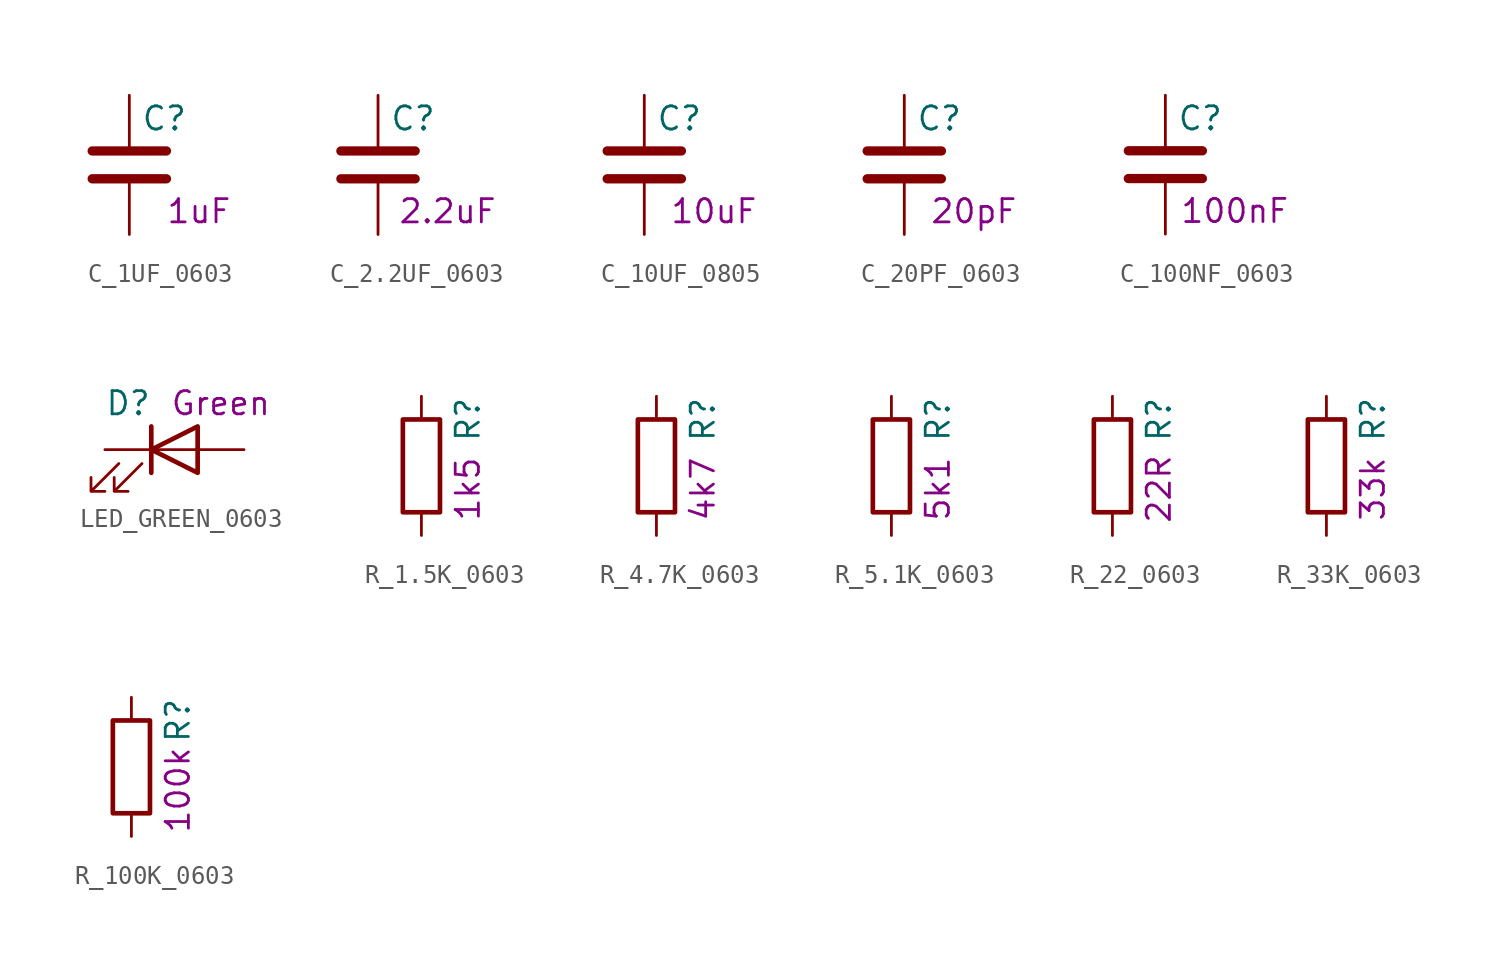
<source format=kicad_sym>
(kicad_symbol_lib
  (version 20241209)
  (generator "kicad_symbol_editor")
  (generator_version "9.0")
  (symbol "C_1UF_0603"
    (pin_numbers
      (hide yes))
    (pin_names
      (offset 0.254))
    (property "Reference" "C"
      (at 0.635 2.54 0)
      (effects (font (size 1.27 1.27)) (justify left)))
    (property "Display" "1uF"
      (at 3.81 -2.54 0)
      (effects (font (size 1.27 1.27))))
    (symbol "C_1UF_0603_0_1"
      (polyline (pts (xy -2.032 0.762) (xy 2.032 0.762)) (stroke (width 0.508) (type default)) (fill (type none)))
      (polyline (pts (xy -2.032 -0.762) (xy 2.032 -0.762)) (stroke (width 0.508) (type default)) (fill (type none))))
    (symbol "C_1UF_0603_1_1"
      (pin passive line (at 0 3.81 270) (length 2.794) (name "~" (effects (font (size 1.27 1.27)))) (number "1" (effects (font (size 1.27 1.27)))))
      (pin passive line (at 0 -3.81 90) (length 2.794) (name "~" (effects (font (size 1.27 1.27)))) (number "2" (effects (font (size 1.27 1.27)))))))
  (symbol "C_2.2UF_0603"
    (pin_numbers
      (hide yes))
    (pin_names
      (offset 0.254))
    (property "Reference" "C"
      (at 0.635 2.54 0)
      (effects (font (size 1.27 1.27)) (justify left)))
    (property "Display" "2.2uF"
      (at 3.81 -2.54 0)
      (effects (font (size 1.27 1.27))))
    (symbol "C_2.2UF_0603_0_1"
      (polyline (pts (xy -2.032 0.762) (xy 2.032 0.762)) (stroke (width 0.508) (type default)) (fill (type none)))
      (polyline (pts (xy -2.032 -0.762) (xy 2.032 -0.762)) (stroke (width 0.508) (type default)) (fill (type none))))
    (symbol "C_2.2UF_0603_1_1"
      (pin passive line (at 0 3.81 270) (length 2.794) (name "~" (effects (font (size 1.27 1.27)))) (number "1" (effects (font (size 1.27 1.27)))))
      (pin passive line (at 0 -3.81 90) (length 2.794) (name "~" (effects (font (size 1.27 1.27)))) (number "2" (effects (font (size 1.27 1.27)))))))
  (symbol "C_10UF_0805"
    (pin_numbers
      (hide yes))
    (pin_names
      (offset 0.254))
    (property "Reference" "C"
      (at 0.635 2.54 0)
      (effects (font (size 1.27 1.27)) (justify left)))
    (property "Display" "10uF"
      (at 3.81 -2.54 0)
      (effects (font (size 1.27 1.27))))
    (symbol "C_10UF_0805_0_1"
      (polyline (pts (xy -2.032 0.762) (xy 2.032 0.762)) (stroke (width 0.508) (type default)) (fill (type none)))
      (polyline (pts (xy -2.032 -0.762) (xy 2.032 -0.762)) (stroke (width 0.508) (type default)) (fill (type none))))
    (symbol "C_10UF_0805_1_1"
      (pin passive line (at 0 3.81 270) (length 2.794) (name "~" (effects (font (size 1.27 1.27)))) (number "1" (effects (font (size 1.27 1.27)))))
      (pin passive line (at 0 -3.81 90) (length 2.794) (name "~" (effects (font (size 1.27 1.27)))) (number "2" (effects (font (size 1.27 1.27)))))))
  (symbol "C_20PF_0603"
    (pin_numbers
      (hide yes))
    (pin_names
      (offset 0.254))
    (property "Reference" "C"
      (at 0.635 2.54 0)
      (effects (font (size 1.27 1.27)) (justify left)))
    (property "Display" "20pF"
      (at 3.81 -2.54 0)
      (effects (font (size 1.27 1.27))))
    (symbol "C_20PF_0603_0_1"
      (polyline (pts (xy -2.032 0.762) (xy 2.032 0.762)) (stroke (width 0.508) (type default)) (fill (type none)))
      (polyline (pts (xy -2.032 -0.762) (xy 2.032 -0.762)) (stroke (width 0.508) (type default)) (fill (type none))))
    (symbol "C_20PF_0603_1_1"
      (pin passive line (at 0 3.81 270) (length 2.794) (name "~" (effects (font (size 1.27 1.27)))) (number "1" (effects (font (size 1.27 1.27)))))
      (pin passive line (at 0 -3.81 90) (length 2.794) (name "~" (effects (font (size 1.27 1.27)))) (number "2" (effects (font (size 1.27 1.27)))))))
  (symbol "C_100NF_0603"
    (pin_numbers
      (hide yes))
    (pin_names
      (offset 0.254))
    (property "Reference" "C"
      (at 0.635 2.54 0)
      (effects (font (size 1.27 1.27)) (justify left)))
    (property "Display" "100nF"
      (at 3.81 -2.54 0)
      (effects (font (size 1.27 1.27))))
    (symbol "C_100NF_0603_0_1"
      (polyline (pts (xy -2.032 0.762) (xy 2.032 0.762)) (stroke (width 0.508) (type default)) (fill (type none)))
      (polyline (pts (xy -2.032 -0.762) (xy 2.032 -0.762)) (stroke (width 0.508) (type default)) (fill (type none))))
    (symbol "C_100NF_0603_1_1"
      (pin passive line (at 0 3.81 270) (length 2.794) (name "~" (effects (font (size 1.27 1.27)))) (number "1" (effects (font (size 1.27 1.27)))))
      (pin passive line (at 0 -3.81 90) (length 2.794) (name "~" (effects (font (size 1.27 1.27)))) (number "2" (effects (font (size 1.27 1.27)))))))
  (symbol "LED_GREEN_0603"
    (pin_numbers
      (hide yes))
    (pin_names
      (offset 1.016)
      (hide yes))
    (property "Reference" "D"
      (at -2.54 2.54 0)
      (effects (font (size 1.27 1.27))))
    (property "Display" "Green"
      (at 2.54 2.54 0)
      (effects (font (size 1.27 1.27))))
    (symbol "LED_GREEN_0603_0_1"
      (polyline (pts (xy -3.048 -0.762) (xy -4.572 -2.286) (xy -3.81 -2.286) (xy -4.572 -2.286) (xy -4.572 -1.524)) (stroke (width 0) (type default)) (fill (type none)))
      (polyline (pts (xy -1.778 -0.762) (xy -3.302 -2.286) (xy -2.54 -2.286) (xy -3.302 -2.286) (xy -3.302 -1.524)) (stroke (width 0) (type default)) (fill (type none)))
      (polyline (pts (xy -1.27 0) (xy 1.27 0)) (stroke (width 0) (type default)) (fill (type none)))
      (polyline (pts (xy -1.27 -1.27) (xy -1.27 1.27)) (stroke (width 0.254) (type default)) (fill (type none)))
      (polyline (pts (xy 1.27 -1.27) (xy 1.27 1.27) (xy -1.27 0) (xy 1.27 -1.27)) (stroke (width 0.254) (type default)) (fill (type none))))
    (symbol "LED_GREEN_0603_1_1"
      (pin passive line (at -3.81 0 0) (length 2.54) (name "K" (effects (font (size 1.27 1.27)))) (number "1" (effects (font (size 1.27 1.27)))))
      (pin passive line (at 3.81 0 180) (length 2.54) (name "A" (effects (font (size 1.27 1.27)))) (number "2" (effects (font (size 1.27 1.27)))))))
  (symbol "R_1.5K_0603"
    (pin_numbers
      (hide yes))
    (pin_names
      (offset 0))
    (property "Reference" "R"
      (at 2.54 2.54 90)
      (effects (font (size 1.27 1.27))))
    (property "Display" "1k5"
      (at 2.54 -1.27 90)
      (effects (font (size 1.27 1.27))))
    (symbol "R_1.5K_0603_0_1"
      (rectangle (start -1.016 -2.54) (end 1.016 2.54) (stroke (width 0.254) (type default)) (fill (type none))))
    (symbol "R_1.5K_0603_1_1"
      (pin passive line (at 0 3.81 270) (length 1.27) (name "~" (effects (font (size 1.27 1.27)))) (number "1" (effects (font (size 1.27 1.27)))))
      (pin passive line (at 0 -3.81 90) (length 1.27) (name "~" (effects (font (size 1.27 1.27)))) (number "2" (effects (font (size 1.27 1.27)))))))
  (symbol "R_4.7K_0603"
    (pin_numbers
      (hide yes))
    (pin_names
      (offset 0))
    (property "Reference" "R"
      (at 2.54 2.54 90)
      (effects (font (size 1.27 1.27))))
    (property "Display" "4k7"
      (at 2.54 -1.27 90)
      (effects (font (size 1.27 1.27))))
    (symbol "R_4.7K_0603_0_1"
      (rectangle (start -1.016 -2.54) (end 1.016 2.54) (stroke (width 0.254) (type default)) (fill (type none))))
    (symbol "R_4.7K_0603_1_1"
      (pin passive line (at 0 3.81 270) (length 1.27) (name "~" (effects (font (size 1.27 1.27)))) (number "1" (effects (font (size 1.27 1.27)))))
      (pin passive line (at 0 -3.81 90) (length 1.27) (name "~" (effects (font (size 1.27 1.27)))) (number "2" (effects (font (size 1.27 1.27)))))))
  (symbol "R_5.1K_0603"
    (pin_numbers
      (hide yes))
    (pin_names
      (offset 0))
    (property "Reference" "R"
      (at 2.54 2.54 90)
      (effects (font (size 1.27 1.27))))
    (property "Display" "5k1"
      (at 2.54 -1.27 90)
      (effects (font (size 1.27 1.27))))
    (symbol "R_5.1K_0603_0_1"
      (rectangle (start -1.016 -2.54) (end 1.016 2.54) (stroke (width 0.254) (type default)) (fill (type none))))
    (symbol "R_5.1K_0603_1_1"
      (pin passive line (at 0 3.81 270) (length 1.27) (name "~" (effects (font (size 1.27 1.27)))) (number "1" (effects (font (size 1.27 1.27)))))
      (pin passive line (at 0 -3.81 90) (length 1.27) (name "~" (effects (font (size 1.27 1.27)))) (number "2" (effects (font (size 1.27 1.27)))))))
  (symbol "R_22_0603"
    (pin_numbers
      (hide yes))
    (pin_names
      (offset 0))
    (property "Reference" "R"
      (at 2.54 2.54 90)
      (effects (font (size 1.27 1.27))))
    (property "Display" "22R"
      (at 2.54 -1.27 90)
      (effects (font (size 1.27 1.27))))
    (symbol "R_22_0603_0_1"
      (rectangle (start -1.016 -2.54) (end 1.016 2.54) (stroke (width 0.254) (type default)) (fill (type none))))
    (symbol "R_22_0603_1_1"
      (pin passive line (at 0 3.81 270) (length 1.27) (name "~" (effects (font (size 1.27 1.27)))) (number "1" (effects (font (size 1.27 1.27)))))
      (pin passive line (at 0 -3.81 90) (length 1.27) (name "~" (effects (font (size 1.27 1.27)))) (number "2" (effects (font (size 1.27 1.27)))))))
  (symbol "R_33K_0603"
    (pin_numbers
      (hide yes))
    (pin_names
      (offset 0))
    (property "Reference" "R"
      (at 2.54 2.54 90)
      (effects (font (size 1.27 1.27))))
    (property "Display" "33k"
      (at 2.54 -1.27 90)
      (effects (font (size 1.27 1.27))))
    (symbol "R_33K_0603_0_1"
      (rectangle (start -1.016 -2.54) (end 1.016 2.54) (stroke (width 0.254) (type default)) (fill (type none))))
    (symbol "R_33K_0603_1_1"
      (pin passive line (at 0 3.81 270) (length 1.27) (name "~" (effects (font (size 1.27 1.27)))) (number "1" (effects (font (size 1.27 1.27)))))
      (pin passive line (at 0 -3.81 90) (length 1.27) (name "~" (effects (font (size 1.27 1.27)))) (number "2" (effects (font (size 1.27 1.27)))))))
  (symbol "R_100K_0603"
    (pin_numbers
      (hide yes))
    (pin_names
      (offset 0))
    (property "Reference" "R"
      (at 2.54 2.54 90)
      (effects (font (size 1.27 1.27))))
    (property "Display" "100k"
      (at 2.54 -1.27 90)
      (effects (font (size 1.27 1.27))))
    (symbol "R_100K_0603_0_1"
      (rectangle (start -1.016 -2.54) (end 1.016 2.54) (stroke (width 0.254) (type default)) (fill (type none))))
    (symbol "R_100K_0603_1_1"
      (pin passive line (at 0 3.81 270) (length 1.27) (name "~" (effects (font (size 1.27 1.27)))) (number "1" (effects (font (size 1.27 1.27)))))
      (pin passive line (at 0 -3.81 90) (length 1.27) (name "~" (effects (font (size 1.27 1.27)))) (number "2" (effects (font (size 1.27 1.27))))))))
</source>
